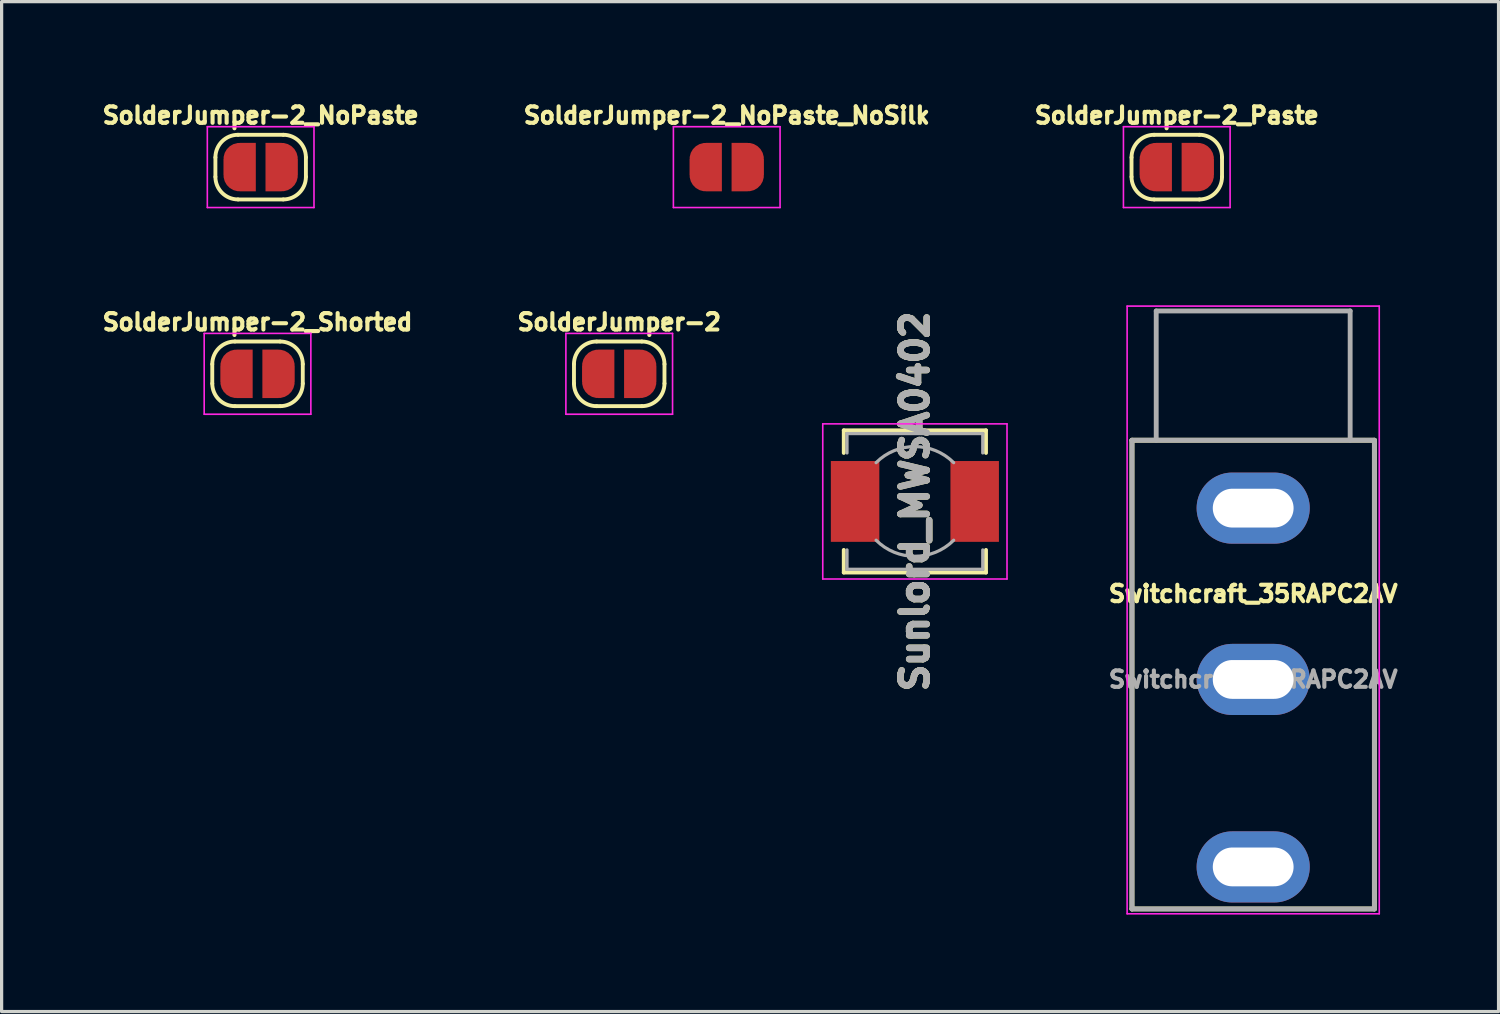
<source format=kicad_pcb>
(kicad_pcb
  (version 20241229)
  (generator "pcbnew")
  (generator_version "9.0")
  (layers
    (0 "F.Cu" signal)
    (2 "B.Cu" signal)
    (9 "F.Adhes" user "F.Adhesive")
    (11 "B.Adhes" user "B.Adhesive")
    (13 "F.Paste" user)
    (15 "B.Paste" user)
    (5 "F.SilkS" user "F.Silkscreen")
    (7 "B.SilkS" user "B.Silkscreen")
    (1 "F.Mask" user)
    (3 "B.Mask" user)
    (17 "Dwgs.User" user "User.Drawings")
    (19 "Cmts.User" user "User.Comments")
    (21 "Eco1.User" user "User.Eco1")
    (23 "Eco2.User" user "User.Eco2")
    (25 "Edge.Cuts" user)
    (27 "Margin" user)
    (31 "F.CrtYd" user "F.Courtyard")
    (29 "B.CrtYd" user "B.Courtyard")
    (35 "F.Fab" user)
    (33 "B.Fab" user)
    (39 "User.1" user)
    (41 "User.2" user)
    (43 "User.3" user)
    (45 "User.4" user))
  (footprint "SolderJumper-2_NoPaste"
    (layer "F.Cu")
    (at 5.014 2.12)
    (property "Reference" "SolderJumper-2_NoPaste" (at 0 -1.6 0) (layer "F.SilkS") (effects (font (size 0.508 0.508) (thickness 0.127))))
    (attr exclude_from_pos_files exclude_from_bom)
    (fp_line (start -1.4 0.3) (end -1.4 -0.3) (stroke (width 0.12) (type solid)) (layer "F.SilkS"))
    (fp_line (start -0.7 -1) (end 0.7 -1) (stroke (width 0.12) (type solid)) (layer "F.SilkS"))
    (fp_line (start 0.7 1) (end -0.7 1) (stroke (width 0.12) (type solid)) (layer "F.SilkS"))
    (fp_line (start 1.4 -0.3) (end 1.4 0.3) (stroke (width 0.12) (type solid)) (layer "F.SilkS"))
    (fp_arc (start -1.4 -0.3) (mid -1.194975 -0.794975) (end -0.7 -1) (stroke (width 0.12) (type solid)) (layer "F.SilkS"))
    (fp_arc (start -0.7 1) (mid -1.194975 0.794975) (end -1.4 0.3) (stroke (width 0.12) (type solid)) (layer "F.SilkS"))
    (fp_arc (start 0.7 -1) (mid 1.194975 -0.794975) (end 1.4 -0.3) (stroke (width 0.12) (type solid)) (layer "F.SilkS"))
    (fp_arc (start 1.4 0.3) (mid 1.194975 0.794975) (end 0.7 1) (stroke (width 0.12) (type solid)) (layer "F.SilkS"))
    (fp_line (start -1.65 -1.25) (end -1.65 1.25) (stroke (width 0.05) (type solid)) (layer "F.CrtYd"))
    (fp_line (start -1.65 -1.25) (end 1.65 -1.25) (stroke (width 0.05) (type solid)) (layer "F.CrtYd"))
    (fp_line (start 1.65 1.25) (end -1.65 1.25) (stroke (width 0.05) (type solid)) (layer "F.CrtYd"))
    (fp_line (start 1.65 1.25) (end 1.65 -1.25) (stroke (width 0.05) (type solid)) (layer "F.CrtYd"))
    (pad "1" smd custom (at -0.65 0) (size 1 0.5) (layers "F.Cu" "F.Mask") (options (anchor rect)) (primitives (gr_circle (center 0 0.25) (end 0.5 0.25) (width 0) (fill yes)) (gr_circle (center 0 -0.25) (end 0.5 -0.25) (width 0) (fill yes)) (gr_poly (pts (xy 0 -0.75) (xy 0.5 -0.75) (xy 0.5 0.75) (xy 0 0.75)) (width 0) (fill yes))))
    (pad "2" smd custom (at 0.65 0) (size 1 0.5) (layers "F.Cu" "F.Mask") (options (anchor rect)) (primitives (gr_circle (center 0 0.25) (end 0.5 0.25) (width 0) (fill yes)) (gr_circle (center 0 -0.25) (end 0.5 -0.25) (width 0) (fill yes)) (gr_poly (pts (xy 0 -0.75) (xy -0.5 -0.75) (xy -0.5 0.75) (xy 0 0.75)) (width 0) (fill yes)))))
  (footprint "SolderJumper-2_NoPaste_NoSilk"
    (layer "F.Cu")
    (at 19.433 2.12)
    (property "Reference" "SolderJumper-2_NoPaste_NoSilk" (at 0 -1.6 0) (layer "F.SilkS") (effects (font (size 0.508 0.508) (thickness 0.127))))
    (attr exclude_from_pos_files exclude_from_bom)
    (fp_rect (start -0.15 -0.75) (end 0.15 0.75) (stroke (width 0) (type solid)) (fill yes) (layer "F.Mask"))
    (fp_line (start -1.65 -1.25) (end -1.65 1.25) (stroke (width 0.05) (type solid)) (layer "F.CrtYd"))
    (fp_line (start -1.65 -1.25) (end 1.65 -1.25) (stroke (width 0.05) (type solid)) (layer "F.CrtYd"))
    (fp_line (start 1.65 1.25) (end -1.65 1.25) (stroke (width 0.05) (type solid)) (layer "F.CrtYd"))
    (fp_line (start 1.65 1.25) (end 1.65 -1.25) (stroke (width 0.05) (type solid)) (layer "F.CrtYd"))
    (pad "1" smd custom (at -0.65 0) (size 1 0.5) (layers "F.Cu" "F.Mask") (options (anchor rect)) (primitives (gr_circle (center 0 0.25) (end 0.5 0.25) (width 0) (fill yes)) (gr_circle (center 0 -0.25) (end 0.5 -0.25) (width 0) (fill yes)) (gr_poly (pts (xy 0 -0.75) (xy 0.5 -0.75) (xy 0.5 0.75) (xy 0 0.75)) (width 0) (fill yes))))
    (pad "2" smd custom (at 0.65 0) (size 1 0.5) (layers "F.Cu" "F.Mask") (options (anchor rect)) (primitives (gr_circle (center 0 0.25) (end 0.5 0.25) (width 0) (fill yes)) (gr_circle (center 0 -0.25) (end 0.5 -0.25) (width 0) (fill yes)) (gr_poly (pts (xy 0 -0.75) (xy -0.5 -0.75) (xy -0.5 0.75) (xy 0 0.75)) (width 0) (fill yes)))))
  (footprint "Sunlord_MWSA0402"
    (layer "F.Cu")
    (at 25.254 12.463)
    (property "Reference" "Sunlord_MWSA0402" (at 0 0 270) (layer "F.Fab") (effects (font (size 0.813 0.813) (thickness 0.203))))
    (attr smd)
    (fp_line (start -2.2 -2.2) (end 2.2 -2.2) (stroke (width 0.12) (type solid)) (layer "F.SilkS"))
    (fp_line (start -2.2 -1.5) (end -2.2 -2.2) (stroke (width 0.12) (type solid)) (layer "F.SilkS"))
    (fp_line (start -2.2 2.2) (end -2.2 1.5) (stroke (width 0.12) (type solid)) (layer "F.SilkS"))
    (fp_line (start 2.2 -2.2) (end 2.2 -1.5) (stroke (width 0.12) (type solid)) (layer "F.SilkS"))
    (fp_line (start 2.2 1.5) (end 2.2 2.2) (stroke (width 0.12) (type solid)) (layer "F.SilkS"))
    (fp_line (start 2.2 2.2) (end -2.2 2.2) (stroke (width 0.12) (type solid)) (layer "F.SilkS"))
    (fp_line (start -2.85 -2.4) (end -2.85 2.4) (stroke (width 0.05) (type solid)) (layer "F.CrtYd"))
    (fp_line (start -2.85 2.4) (end 2.85 2.4) (stroke (width 0.05) (type solid)) (layer "F.CrtYd"))
    (fp_line (start 2.85 -2.4) (end -2.85 -2.4) (stroke (width 0.05) (type solid)) (layer "F.CrtYd"))
    (fp_line (start 2.85 2.4) (end 2.85 -2.4) (stroke (width 0.05) (type solid)) (layer "F.CrtYd"))
    (fp_line (start -2.1 -2.1) (end -2.1 -1.5) (stroke (width 0.1) (type solid)) (layer "F.Fab"))
    (fp_line (start -2.1 -2.1) (end 2.1 -2.1) (stroke (width 0.1) (type solid)) (layer "F.Fab"))
    (fp_line (start -2.1 2.1) (end -2.1 1.5) (stroke (width 0.1) (type solid)) (layer "F.Fab"))
    (fp_line (start -2.1 2.1) (end 2.1 2.1) (stroke (width 0.1) (type solid)) (layer "F.Fab"))
    (fp_line (start 2.1 -2.1) (end 2.1 -1.5) (stroke (width 0.1) (type solid)) (layer "F.Fab"))
    (fp_line (start 2.1 2.1) (end 2.1 1.5) (stroke (width 0.1) (type solid)) (layer "F.Fab"))
    (fp_arc (start -1.2 -1.2) (mid 0 -1.697056) (end 1.2 -1.2) (stroke (width 0.1) (type solid)) (layer "F.Fab"))
    (fp_arc (start 1.2 1.2) (mid 0 1.697056) (end -1.2 1.2) (stroke (width 0.1) (type solid)) (layer "F.Fab"))
    (fp_text user "${REFERENCE}" (at 0 0 270) (layer "F.SilkS") (effects (font (size 0.813 0.813) (thickness 0.203))))
    (pad "1" smd rect (at -1.85 0) (size 1.5 2.5) (layers "F.Cu" "F.Mask" "F.Paste"))
    (pad "2" smd rect (at 1.85 0) (size 1.5 2.5) (layers "F.Cu" "F.Mask" "F.Paste")))
  (footprint "Switchcraft_35RAPC2AV"
    (layer "F.Cu")
    (at 35.72 17.97)
    (property "Reference" "Switchcraft_35RAPC2AV" (at 0 -2.65 0) (layer "F.SilkS") (effects (font (size 0.508 0.508) (thickness 0.127))))
    (attr through_hole)
    (fp_line (start -3.75 -7.4) (end -3.75 7.1) (stroke (width 0.15) (type solid)) (layer "F.SilkS"))
    (fp_line (start -3.75 -7.4) (end 3.75 -7.4) (stroke (width 0.15) (type solid)) (layer "F.SilkS"))
    (fp_line (start -3.75 7.1) (end 3.75 7.1) (stroke (width 0.15) (type solid)) (layer "F.SilkS"))
    (fp_line (start 3.75 -7.4) (end 3.75 7.1) (stroke (width 0.15) (type solid)) (layer "F.SilkS"))
    (fp_line (start -3.9 7.25) (end -3.9 -11.55) (stroke (width 0.05) (type solid)) (layer "F.CrtYd"))
    (fp_line (start 3.9 -11.55) (end -3.9 -11.55) (stroke (width 0.05) (type solid)) (layer "F.CrtYd"))
    (fp_line (start 3.9 7.25) (end -3.9 7.25) (stroke (width 0.05) (type solid)) (layer "F.CrtYd"))
    (fp_line (start 3.9 7.25) (end 3.9 -11.55) (stroke (width 0.05) (type solid)) (layer "F.CrtYd"))
    (fp_line (start -3.75 -7.4) (end -3.75 7.1) (stroke (width 0.15) (type solid)) (layer "F.Fab"))
    (fp_line (start -3.75 -7.4) (end 3.75 -7.4) (stroke (width 0.15) (type solid)) (layer "F.Fab"))
    (fp_line (start -3.75 7.1) (end 3.75 7.1) (stroke (width 0.15) (type solid)) (layer "F.Fab"))
    (fp_line (start -3 -11.4) (end -3 -7.4) (stroke (width 0.15) (type solid)) (layer "F.Fab"))
    (fp_line (start -3 -11.4) (end 3 -11.4) (stroke (width 0.15) (type solid)) (layer "F.Fab"))
    (fp_line (start 3 -11.4) (end 3 -7.4) (stroke (width 0.15) (type solid)) (layer "F.Fab"))
    (fp_line (start 3.75 -7.4) (end 3.75 7.1) (stroke (width 0.15) (type solid)) (layer "F.Fab"))
    (fp_text user "${REFERENCE}" (at 0 0 0) (layer "F.Fab") (effects (font (size 0.508 0.508) (thickness 0.127))))
    (pad "1" thru_hole oval (at 0 -5.3) (size 3.5 2.2) (drill oval 2.5 1.2) (layers "*.Cu" "*.Mask"))
    (pad "2" thru_hole oval (at 0 0) (size 3.5 2.2) (drill oval 2.5 1.2) (layers "*.Cu" "*.Mask"))
    (pad "3" thru_hole oval (at 0 5.8) (size 3.5 2.2) (drill oval 2.5 1.2) (layers "*.Cu" "*.Mask")))
  (footprint "SolderJumper-2_Paste"
    (layer "F.Cu")
    (at 33.356 2.12)
    (property "Reference" "SolderJumper-2_Paste" (at 0 -1.6 0) (layer "F.SilkS") (effects (font (size 0.508 0.508) (thickness 0.127))))
    (attr exclude_from_pos_files exclude_from_bom)
    (fp_line (start -1.4 0.3) (end -1.4 -0.3) (stroke (width 0.12) (type solid)) (layer "F.SilkS"))
    (fp_line (start -0.7 -1) (end 0.7 -1) (stroke (width 0.12) (type solid)) (layer "F.SilkS"))
    (fp_line (start 0.7 1) (end -0.7 1) (stroke (width 0.12) (type solid)) (layer "F.SilkS"))
    (fp_line (start 1.4 -0.3) (end 1.4 0.3) (stroke (width 0.12) (type solid)) (layer "F.SilkS"))
    (fp_arc (start -1.4 -0.3) (mid -1.194975 -0.794975) (end -0.7 -1) (stroke (width 0.12) (type solid)) (layer "F.SilkS"))
    (fp_arc (start -0.7 1) (mid -1.194975 0.794975) (end -1.4 0.3) (stroke (width 0.12) (type solid)) (layer "F.SilkS"))
    (fp_arc (start 0.7 -1) (mid 1.194975 -0.794975) (end 1.4 -0.3) (stroke (width 0.12) (type solid)) (layer "F.SilkS"))
    (fp_arc (start 1.4 0.3) (mid 1.194975 0.794975) (end 0.7 1) (stroke (width 0.12) (type solid)) (layer "F.SilkS"))
    (fp_line (start -1.65 -1.25) (end -1.65 1.25) (stroke (width 0.05) (type solid)) (layer "F.CrtYd"))
    (fp_line (start -1.65 -1.25) (end 1.65 -1.25) (stroke (width 0.05) (type solid)) (layer "F.CrtYd"))
    (fp_line (start 1.65 1.25) (end -1.65 1.25) (stroke (width 0.05) (type solid)) (layer "F.CrtYd"))
    (fp_line (start 1.65 1.25) (end 1.65 -1.25) (stroke (width 0.05) (type solid)) (layer "F.CrtYd"))
    (pad "1" smd custom (at -0.65 0) (size 1 0.5) (layers "F.Cu" "F.Mask" "F.Paste") (options (anchor rect)) (primitives (gr_circle (center 0 0.25) (end 0.5 0.25) (width 0) (fill yes)) (gr_circle (center 0 -0.25) (end 0.5 -0.25) (width 0) (fill yes)) (gr_poly (pts (xy 0 -0.75) (xy 0.5 -0.75) (xy 0.5 0.75) (xy 0 0.75)) (width 0) (fill yes))))
    (pad "2" smd custom (at 0.65 0) (size 1 0.5) (layers "F.Cu" "F.Mask" "F.Paste") (options (anchor rect)) (primitives (gr_circle (center 0 0.25) (end 0.5 0.25) (width 0) (fill yes)) (gr_circle (center 0 -0.25) (end 0.5 -0.25) (width 0) (fill yes)) (gr_poly (pts (xy 0 -0.75) (xy -0.5 -0.75) (xy -0.5 0.75) (xy 0 0.75)) (width 0) (fill yes)))))
  (footprint "SolderJumper-2"
    (layer "F.Cu")
    (at 16.107 8.515)
    (property "Reference" "SolderJumper-2" (at 0 -1.6 0) (layer "F.SilkS") (effects (font (size 0.508 0.508) (thickness 0.127))))
    (attr exclude_from_pos_files exclude_from_bom)
    (fp_line (start -1.4 0.3) (end -1.4 -0.3) (stroke (width 0.12) (type solid)) (layer "F.SilkS"))
    (fp_line (start -0.7 -1) (end 0.7 -1) (stroke (width 0.12) (type solid)) (layer "F.SilkS"))
    (fp_line (start 0.7 1) (end -0.7 1) (stroke (width 0.12) (type solid)) (layer "F.SilkS"))
    (fp_line (start 1.4 -0.3) (end 1.4 0.3) (stroke (width 0.12) (type solid)) (layer "F.SilkS"))
    (fp_arc (start -1.4 -0.3) (mid -1.194975 -0.794975) (end -0.7 -1) (stroke (width 0.12) (type solid)) (layer "F.SilkS"))
    (fp_arc (start -0.7 1) (mid -1.194975 0.794975) (end -1.4 0.3) (stroke (width 0.12) (type solid)) (layer "F.SilkS"))
    (fp_arc (start 0.7 -1) (mid 1.194975 -0.794975) (end 1.4 -0.3) (stroke (width 0.12) (type solid)) (layer "F.SilkS"))
    (fp_arc (start 1.4 0.3) (mid 1.194975 0.794975) (end 0.7 1) (stroke (width 0.12) (type solid)) (layer "F.SilkS"))
    (fp_line (start -1.65 -1.25) (end -1.65 1.25) (stroke (width 0.05) (type solid)) (layer "F.CrtYd"))
    (fp_line (start -1.65 -1.25) (end 1.65 -1.25) (stroke (width 0.05) (type solid)) (layer "F.CrtYd"))
    (fp_line (start 1.65 1.25) (end -1.65 1.25) (stroke (width 0.05) (type solid)) (layer "F.CrtYd"))
    (fp_line (start 1.65 1.25) (end 1.65 -1.25) (stroke (width 0.05) (type solid)) (layer "F.CrtYd"))
    (pad "1" smd custom (at -0.65 0) (size 1 0.5) (layers "F.Cu" "F.Mask") (options (anchor rect)) (primitives (gr_circle (center 0 0.25) (end 0.5 0.25) (width 0) (fill yes)) (gr_circle (center 0 -0.25) (end 0.5 -0.25) (width 0) (fill yes)) (gr_poly (pts (xy 0 -0.75) (xy 0.5 -0.75) (xy 0.5 0.75) (xy 0 0.75)) (width 0) (fill yes))))
    (pad "2" smd custom (at 0.65 0) (size 1 0.5) (layers "F.Cu" "F.Mask") (options (anchor rect)) (primitives (gr_circle (center 0 0.25) (end 0.5 0.25) (width 0) (fill yes)) (gr_circle (center 0 -0.25) (end 0.5 -0.25) (width 0) (fill yes)) (gr_poly (pts (xy 0 -0.75) (xy -0.5 -0.75) (xy -0.5 0.75) (xy 0 0.75)) (width 0) (fill yes)))))
  (footprint "SolderJumper-2_Shorted"
    (layer "F.Cu")
    (at 4.917 8.515)
    (property "Reference" "SolderJumper-2_Shorted" (at 0 -1.6 0) (layer "F.SilkS") (effects (font (size 0.508 0.508) (thickness 0.127))))
    (attr exclude_from_pos_files exclude_from_bom)
    (fp_line (start -1.4 0.3) (end -1.4 -0.3) (stroke (width 0.12) (type solid)) (layer "F.SilkS"))
    (fp_line (start -0.7 -1) (end 0.7 -1) (stroke (width 0.12) (type solid)) (layer "F.SilkS"))
    (fp_line (start 0.7 1) (end -0.7 1) (stroke (width 0.12) (type solid)) (layer "F.SilkS"))
    (fp_line (start 1.4 -0.3) (end 1.4 0.3) (stroke (width 0.12) (type solid)) (layer "F.SilkS"))
    (fp_arc (start -1.4 -0.3) (mid -1.194975 -0.794975) (end -0.7 -1) (stroke (width 0.12) (type solid)) (layer "F.SilkS"))
    (fp_arc (start -0.7 1) (mid -1.194975 0.794975) (end -1.4 0.3) (stroke (width 0.12) (type solid)) (layer "F.SilkS"))
    (fp_arc (start 0.7 -1) (mid 1.194975 -0.794975) (end 1.4 -0.3) (stroke (width 0.12) (type solid)) (layer "F.SilkS"))
    (fp_arc (start 1.4 0.3) (mid 1.194975 0.794975) (end 0.7 1) (stroke (width 0.12) (type solid)) (layer "F.SilkS"))
    (fp_poly (pts (xy -0.65 -0.25) (xy 0.65 -0.25) (xy 0.65 0.25) (xy -0.65 0.25)) (stroke (width 0.635) (type solid)) (fill yes) (layer "F.Paste"))
    (fp_line (start -1.65 -1.25) (end -1.65 1.25) (stroke (width 0.05) (type solid)) (layer "F.CrtYd"))
    (fp_line (start -1.65 -1.25) (end 1.65 -1.25) (stroke (width 0.05) (type solid)) (layer "F.CrtYd"))
    (fp_line (start 1.65 1.25) (end -1.65 1.25) (stroke (width 0.05) (type solid)) (layer "F.CrtYd"))
    (fp_line (start 1.65 1.25) (end 1.65 -1.25) (stroke (width 0.05) (type solid)) (layer "F.CrtYd"))
    (pad "1" smd custom (at -0.65 0) (size 1 0.5) (layers "F.Cu" "F.Mask") (options (anchor rect)) (primitives (gr_circle (center 0 0.25) (end 0.5 0.25) (width 0) (fill yes)) (gr_circle (center 0 -0.25) (end 0.5 -0.25) (width 0) (fill yes)) (gr_poly (pts (xy 0 -0.75) (xy 0.5 -0.75) (xy 0.5 0.75) (xy 0 0.75)) (width 0) (fill yes))))
    (pad "2" smd custom (at 0.65 0) (size 1 0.5) (layers "F.Cu" "F.Mask") (options (anchor rect)) (primitives (gr_circle (center 0 0.25) (end 0.5 0.25) (width 0) (fill yes)) (gr_circle (center 0 -0.25) (end 0.5 -0.25) (width 0) (fill yes)) (gr_poly (pts (xy 0 -0.75) (xy -0.5 -0.75) (xy -0.5 0.75) (xy 0 0.75)) (width 0) (fill yes)))))
  (gr_rect
    (start -3 -3)
    (end 43.311 28.245)
    (stroke (width 0.1) (type default))
    (fill no)
    (layer "Edge.Cuts")))
</source>
